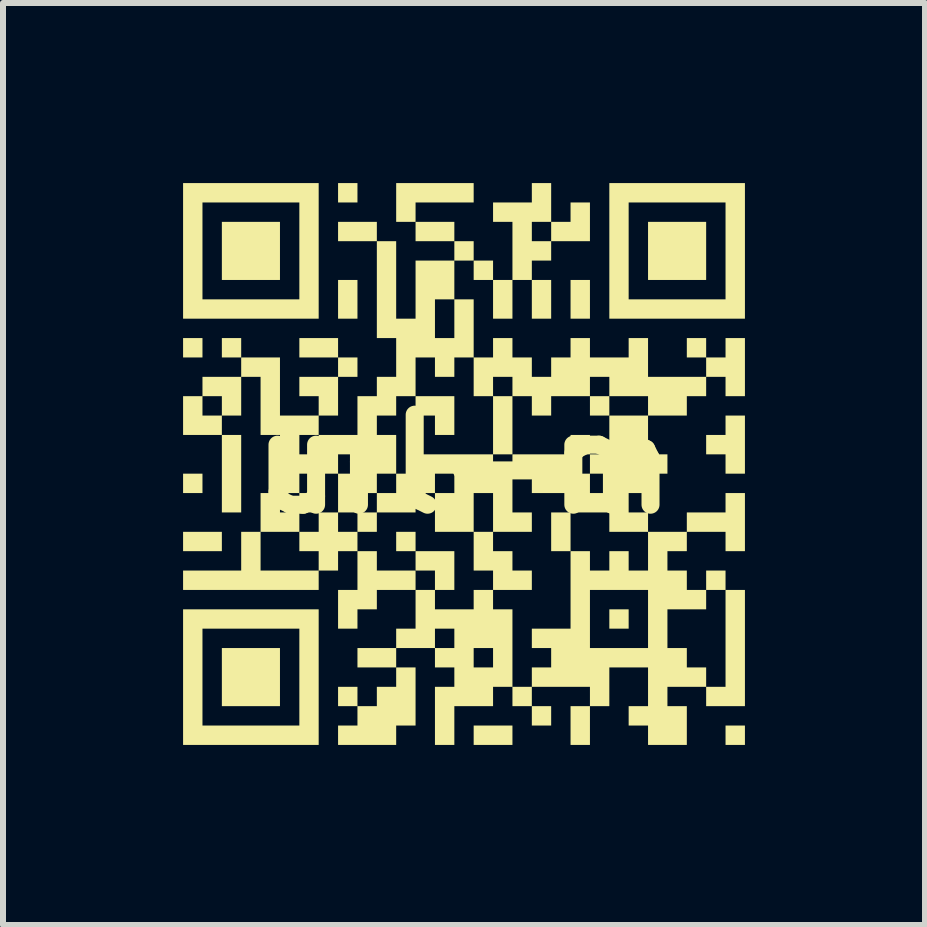
<source format=kicad_pcb>
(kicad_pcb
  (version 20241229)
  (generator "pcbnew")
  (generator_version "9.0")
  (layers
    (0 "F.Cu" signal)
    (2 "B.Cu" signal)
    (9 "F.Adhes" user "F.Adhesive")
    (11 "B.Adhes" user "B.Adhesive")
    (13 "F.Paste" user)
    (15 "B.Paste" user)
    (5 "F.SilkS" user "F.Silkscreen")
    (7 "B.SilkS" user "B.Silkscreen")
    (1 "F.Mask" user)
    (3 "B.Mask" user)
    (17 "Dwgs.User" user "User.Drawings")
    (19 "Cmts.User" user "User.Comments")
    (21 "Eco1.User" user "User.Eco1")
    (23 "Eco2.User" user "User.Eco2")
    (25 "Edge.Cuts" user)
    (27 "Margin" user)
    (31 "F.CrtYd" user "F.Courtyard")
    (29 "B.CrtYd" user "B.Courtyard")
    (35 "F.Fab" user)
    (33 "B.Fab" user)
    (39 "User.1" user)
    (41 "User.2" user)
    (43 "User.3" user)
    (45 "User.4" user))
  (footprint "url-m"
    (layer "F.Cu")
    (at 4.68 4.68)
    (property "Reference" "url-m" (at 0 0 0) (layer "F.SilkS") (effects (font (size 1.5 1.5) (thickness 0.3))))
    (attr board_only exclude_from_pos_files exclude_from_bom)
    (fp_poly (pts (xy -4.357 -1.936) (xy -4.357 -1.775) (xy -4.518 -1.775) (xy -4.68 -1.775) (xy -4.68 -1.936) (xy -4.68 -2.098) (xy -4.518 -2.098) (xy -4.357 -2.098)) (stroke (width 0) (type solid)) (fill yes) (layer "F.SilkS"))
    (fp_poly (pts (xy -4.357 0.323) (xy -4.357 0.484) (xy -4.518 0.484) (xy -4.68 0.484) (xy -4.68 0.323) (xy -4.68 0.161) (xy -4.518 0.161) (xy -4.357 0.161)) (stroke (width 0) (type solid)) (fill yes) (layer "F.SilkS"))
    (fp_poly (pts (xy -4.034 1.291) (xy -4.034 1.452) (xy -4.357 1.452) (xy -4.68 1.452) (xy -4.68 1.291) (xy -4.68 1.13) (xy -4.357 1.13) (xy -4.034 1.13)) (stroke (width 0) (type solid)) (fill yes) (layer "F.SilkS"))
    (fp_poly (pts (xy -3.712 -1.936) (xy -3.712 -1.775) (xy -3.873 -1.775) (xy -4.034 -1.775) (xy -4.034 -1.936) (xy -4.034 -2.098) (xy -3.873 -2.098) (xy -3.712 -2.098)) (stroke (width 0) (type solid)) (fill yes) (layer "F.SilkS"))
    (fp_poly (pts (xy -3.712 0.161) (xy -3.712 0.807) (xy -3.873 0.807) (xy -4.034 0.807) (xy -4.034 0.161) (xy -4.034 -0.484) (xy -3.873 -0.484) (xy -3.712 -0.484)) (stroke (width 0) (type solid)) (fill yes) (layer "F.SilkS"))
    (fp_poly (pts (xy -3.066 -3.55) (xy -3.066 -3.066) (xy -3.55 -3.066) (xy -4.034 -3.066) (xy -4.034 -3.55) (xy -4.034 -4.034) (xy -3.55 -4.034) (xy -3.066 -4.034)) (stroke (width 0) (type solid)) (fill yes) (layer "F.SilkS"))
    (fp_poly (pts (xy -3.066 3.55) (xy -3.066 4.034) (xy -3.55 4.034) (xy -4.034 4.034) (xy -4.034 3.55) (xy -4.034 3.066) (xy -3.55 3.066) (xy -3.066 3.066)) (stroke (width 0) (type solid)) (fill yes) (layer "F.SilkS"))
    (fp_poly (pts (xy -2.421 0.645) (xy -2.421 0.807) (xy -2.582 0.807) (xy -2.743 0.807) (xy -2.743 0.645) (xy -2.743 0.484) (xy -2.582 0.484) (xy -2.421 0.484)) (stroke (width 0) (type solid)) (fill yes) (layer "F.SilkS"))
    (fp_poly (pts (xy -2.098 -1.936) (xy -2.098 -1.775) (xy -2.421 -1.775) (xy -2.743 -1.775) (xy -2.743 -1.936) (xy -2.743 -2.098) (xy -2.421 -2.098) (xy -2.098 -2.098)) (stroke (width 0) (type solid)) (fill yes) (layer "F.SilkS"))
    (fp_poly (pts (xy -1.775 -4.518) (xy -1.775 -4.357) (xy -1.936 -4.357) (xy -2.098 -4.357) (xy -2.098 -4.518) (xy -2.098 -4.68) (xy -1.936 -4.68) (xy -1.775 -4.68)) (stroke (width 0) (type solid)) (fill yes) (layer "F.SilkS"))
    (fp_poly (pts (xy -1.775 -2.743) (xy -1.775 -2.421) (xy -1.936 -2.421) (xy -2.098 -2.421) (xy -2.098 -2.743) (xy -2.098 -3.066) (xy -1.936 -3.066) (xy -1.775 -3.066)) (stroke (width 0) (type solid)) (fill yes) (layer "F.SilkS"))
    (fp_poly (pts (xy -1.452 -3.873) (xy -1.452 -3.712) (xy -1.775 -3.712) (xy -2.098 -3.712) (xy -2.098 -3.873) (xy -2.098 -4.034) (xy -1.775 -4.034) (xy -1.452 -4.034)) (stroke (width 0) (type solid)) (fill yes) (layer "F.SilkS"))
    (fp_poly (pts (xy -0.807 1.291) (xy -0.807 1.452) (xy -0.968 1.452) (xy -1.13 1.452) (xy -1.13 1.291) (xy -1.13 1.13) (xy -0.968 1.13) (xy -0.807 1.13)) (stroke (width 0) (type solid)) (fill yes) (layer "F.SilkS"))
    (fp_poly (pts (xy -0.161 -3.873) (xy -0.161 -3.712) (xy -0.484 -3.712) (xy -0.807 -3.712) (xy -0.807 -3.873) (xy -0.807 -4.034) (xy -0.484 -4.034) (xy -0.161 -4.034)) (stroke (width 0) (type solid)) (fill yes) (layer "F.SilkS"))
    (fp_poly (pts (xy 0.807 4.518) (xy 0.807 4.68) (xy 0.484 4.68) (xy 0.161 4.68) (xy 0.161 4.518) (xy 0.161 4.357) (xy 0.484 4.357) (xy 0.807 4.357)) (stroke (width 0) (type solid)) (fill yes) (layer "F.SilkS"))
    (fp_poly (pts (xy 1.452 -2.743) (xy 1.452 -2.421) (xy 1.291 -2.421) (xy 1.13 -2.421) (xy 1.13 -2.743) (xy 1.13 -3.066) (xy 1.291 -3.066) (xy 1.452 -3.066)) (stroke (width 0) (type solid)) (fill yes) (layer "F.SilkS"))
    (fp_poly (pts (xy 1.452 4.196) (xy 1.452 4.357) (xy 1.291 4.357) (xy 1.13 4.357) (xy 1.13 4.196) (xy 1.13 4.034) (xy 1.291 4.034) (xy 1.452 4.034)) (stroke (width 0) (type solid)) (fill yes) (layer "F.SilkS"))
    (fp_poly (pts (xy 1.775 1.13) (xy 1.775 1.452) (xy 1.614 1.452) (xy 1.452 1.452) (xy 1.452 1.13) (xy 1.452 0.807) (xy 1.614 0.807) (xy 1.775 0.807)) (stroke (width 0) (type solid)) (fill yes) (layer "F.SilkS"))
    (fp_poly (pts (xy 2.098 -2.743) (xy 2.098 -2.421) (xy 1.936 -2.421) (xy 1.775 -2.421) (xy 1.775 -2.743) (xy 1.775 -3.066) (xy 1.936 -3.066) (xy 2.098 -3.066)) (stroke (width 0) (type solid)) (fill yes) (layer "F.SilkS"))
    (fp_poly (pts (xy 2.098 -0.323) (xy 2.098 -0.161) (xy 1.936 -0.161) (xy 1.775 -0.161) (xy 1.775 -0.323) (xy 1.775 -0.484) (xy 1.936 -0.484) (xy 2.098 -0.484)) (stroke (width 0) (type solid)) (fill yes) (layer "F.SilkS"))
    (fp_poly (pts (xy 2.421 -0.968) (xy 2.421 -0.807) (xy 2.259 -0.807) (xy 2.098 -0.807) (xy 2.098 -0.968) (xy 2.098 -1.13) (xy 2.259 -1.13) (xy 2.421 -1.13)) (stroke (width 0) (type solid)) (fill yes) (layer "F.SilkS"))
    (fp_poly (pts (xy 2.743 2.582) (xy 2.743 2.743) (xy 2.582 2.743) (xy 2.421 2.743) (xy 2.421 2.582) (xy 2.421 2.421) (xy 2.582 2.421) (xy 2.743 2.421)) (stroke (width 0) (type solid)) (fill yes) (layer "F.SilkS"))
    (fp_poly (pts (xy 4.034 -3.55) (xy 4.034 -3.066) (xy 3.55 -3.066) (xy 3.066 -3.066) (xy 3.066 -3.55) (xy 3.066 -4.034) (xy 3.55 -4.034) (xy 4.034 -4.034)) (stroke (width 0) (type solid)) (fill yes) (layer "F.SilkS"))
    (fp_poly (pts (xy 4.68 4.518) (xy 4.68 4.68) (xy 4.518 4.68) (xy 4.357 4.68) (xy 4.357 4.518) (xy 4.357 4.357) (xy 4.518 4.357) (xy 4.68 4.357)) (stroke (width 0) (type solid)) (fill yes) (layer "F.SilkS"))
    (fp_poly (pts (xy -0.161 -0.807) (xy -0.161 -0.484) (xy -0.323 -0.484) (xy -0.484 -0.484) (xy -0.484 -0.645) (xy -0.484 -0.807) (xy -0.645 -0.807) (xy -0.807 -0.807) (xy -0.807 -0.968) (xy -0.807 -1.13) (xy -0.484 -1.13) (xy -0.161 -1.13)) (stroke (width 0) (type solid)) (fill yes) (layer "F.SilkS"))
    (fp_poly (pts (xy -0.161 1.775) (xy -0.161 2.098) (xy -0.323 2.098) (xy -0.484 2.098) (xy -0.484 1.936) (xy -0.484 1.775) (xy -0.645 1.775) (xy -0.807 1.775) (xy -0.807 1.614) (xy -0.807 1.452) (xy -0.484 1.452) (xy -0.161 1.452)) (stroke (width 0) (type solid)) (fill yes) (layer "F.SilkS"))
    (fp_poly (pts (xy 0.161 -4.518) (xy 0.161 -4.357) (xy -0.323 -4.357) (xy -0.807 -4.357) (xy -0.807 -4.196) (xy -0.807 -4.034) (xy -0.968 -4.034) (xy -1.13 -4.034) (xy -1.13 -4.357) (xy -1.13 -4.68) (xy -0.484 -4.68) (xy 0.161 -4.68)) (stroke (width 0) (type solid)) (fill yes) (layer "F.SilkS"))
    (fp_poly (pts (xy 4.68 -0.323) (xy 4.68 0.161) (xy 4.518 0.161) (xy 4.357 0.161) (xy 4.357 0) (xy 4.357 -0.161) (xy 4.196 -0.161) (xy 4.034 -0.161) (xy 4.034 -0.323) (xy 4.034 -0.484) (xy 4.196 -0.484) (xy 4.357 -0.484) (xy 4.357 -0.645) (xy 4.357 -0.807) (xy 4.518 -0.807) (xy 4.68 -0.807)) (stroke (width 0) (type solid)) (fill yes) (layer "F.SilkS"))
    (fp_poly (pts (xy -2.421 -3.55) (xy -2.421 -2.421) (xy -3.55 -2.421) (xy -4.68 -2.421) (xy -4.68 -3.55) (xy -4.68 -4.357) (xy -4.357 -4.357) (xy -4.357 -3.55) (xy -4.357 -2.743) (xy -3.55 -2.743) (xy -2.743 -2.743) (xy -2.743 -3.55) (xy -2.743 -4.357) (xy -3.55 -4.357) (xy -4.357 -4.357) (xy -4.68 -4.357) (xy -4.68 -4.68) (xy -3.55 -4.68) (xy -2.421 -4.68)) (stroke (width 0) (type solid)) (fill yes) (layer "F.SilkS"))
    (fp_poly (pts (xy -2.421 3.55) (xy -2.421 4.68) (xy -3.55 4.68) (xy -4.68 4.68) (xy -4.68 3.55) (xy -4.68 2.743) (xy -4.357 2.743) (xy -4.357 3.55) (xy -4.357 4.357) (xy -3.55 4.357) (xy -2.743 4.357) (xy -2.743 3.55) (xy -2.743 2.743) (xy -3.55 2.743) (xy -4.357 2.743) (xy -4.68 2.743) (xy -4.68 2.421) (xy -3.55 2.421) (xy -2.421 2.421)) (stroke (width 0) (type solid)) (fill yes) (layer "F.SilkS"))
    (fp_poly (pts (xy 4.68 -3.55) (xy 4.68 -2.421) (xy 3.55 -2.421) (xy 2.421 -2.421) (xy 2.421 -3.55) (xy 2.421 -4.357) (xy 2.743 -4.357) (xy 2.743 -3.55) (xy 2.743 -2.743) (xy 3.55 -2.743) (xy 4.357 -2.743) (xy 4.357 -3.55) (xy 4.357 -4.357) (xy 3.55 -4.357) (xy 2.743 -4.357) (xy 2.421 -4.357) (xy 2.421 -4.68) (xy 3.55 -4.68) (xy 4.68 -4.68)) (stroke (width 0) (type solid)) (fill yes) (layer "F.SilkS"))
    (fp_poly (pts (xy -1.452 1.614) (xy -1.452 1.775) (xy -1.13 1.775) (xy -0.807 1.775) (xy -0.807 1.936) (xy -0.807 2.098) (xy -1.13 2.098) (xy -1.452 2.098) (xy -1.452 2.259) (xy -1.452 2.421) (xy -1.614 2.421) (xy -1.775 2.421) (xy -1.775 2.582) (xy -1.775 2.743) (xy -1.936 2.743) (xy -2.098 2.743) (xy -2.098 2.421) (xy -2.098 2.098) (xy -1.936 2.098) (xy -1.775 2.098) (xy -1.775 1.775) (xy -1.775 1.452) (xy -1.614 1.452) (xy -1.452 1.452)) (stroke (width 0) (type solid)) (fill yes) (layer "F.SilkS"))
    (fp_poly (pts (xy -0.807 3.873) (xy -0.807 4.357) (xy -0.968 4.357) (xy -1.13 4.357) (xy -1.13 4.518) (xy -1.13 4.68) (xy -1.614 4.68) (xy -2.098 4.68) (xy -2.098 4.518) (xy -2.098 4.357) (xy -1.936 4.357) (xy -1.775 4.357) (xy -1.775 4.196) (xy -1.775 4.034) (xy -1.936 4.034) (xy -2.098 4.034) (xy -2.098 3.873) (xy -2.098 3.712) (xy -1.936 3.712) (xy -1.775 3.712) (xy -1.775 3.873) (xy -1.775 4.034) (xy -1.614 4.034) (xy -1.452 4.034) (xy -1.452 3.873) (xy -1.452 3.712) (xy -1.291 3.712) (xy -1.13 3.712) (xy -1.13 3.55) (xy -1.13 3.389) (xy -0.968 3.389) (xy -0.807 3.389)) (stroke (width 0) (type solid)) (fill yes) (layer "F.SilkS"))
    (fp_poly (pts (xy 1.452 -4.357) (xy 1.452 -4.034) (xy 1.614 -4.034) (xy 1.775 -4.034) (xy 1.775 -4.196) (xy 1.775 -4.357) (xy 1.936 -4.357) (xy 2.098 -4.357) (xy 2.098 -4.034) (xy 2.098 -3.712) (xy 1.775 -3.712) (xy 1.452 -3.712) (xy 1.452 -3.55) (xy 1.452 -3.389) (xy 1.291 -3.389) (xy 1.13 -3.389) (xy 1.13 -3.227) (xy 1.13 -3.066) (xy 0.968 -3.066) (xy 0.807 -3.066) (xy 0.807 -2.743) (xy 0.807 -2.421) (xy 0.645 -2.421) (xy 0.484 -2.421) (xy 0.484 -2.743) (xy 0.484 -3.066) (xy 0.323 -3.066) (xy 0.161 -3.066) (xy 0.161 -3.227) (xy 0.161 -3.389) (xy 0.323 -3.389) (xy 0.484 -3.389) (xy 0.484 -3.227) (xy 0.484 -3.066) (xy 0.645 -3.066) (xy 0.807 -3.066) (xy 0.807 -3.55) (xy 0.807 -4.034) (xy 1.13 -4.034) (xy 1.13 -3.873) (xy 1.13 -3.712) (xy 1.291 -3.712) (xy 1.452 -3.712) (xy 1.452 -3.873) (xy 1.452 -4.034) (xy 1.291 -4.034) (xy 1.13 -4.034) (xy 0.807 -4.034) (xy 0.645 -4.034) (xy 0.484 -4.034) (xy 0.484 -4.196) (xy 0.484 -4.357) (xy 0.807 -4.357) (xy 1.13 -4.357) (xy 1.13 -4.518) (xy 1.13 -4.68) (xy 1.291 -4.68) (xy 1.452 -4.68)) (stroke (width 0) (type solid)) (fill yes) (layer "F.SilkS"))
    (fp_poly (pts (xy 0.807 -0.645) (xy 0.807 -0.161) (xy 0.645 -0.161) (xy 0.484 -0.161) (xy 0.484 0) (xy 0.484 0.161) (xy 0.645 0.161) (xy 0.807 0.161) (xy 0.807 0.484) (xy 0.807 0.807) (xy 0.968 0.807) (xy 1.13 0.807) (xy 1.13 0.968) (xy 1.13 1.13) (xy 0.807 1.13) (xy 0.484 1.13) (xy 0.484 1.291) (xy 0.484 1.452) (xy 0.645 1.452) (xy 0.807 1.452) (xy 0.807 1.614) (xy 0.807 1.775) (xy 0.968 1.775) (xy 1.13 1.775) (xy 1.13 1.936) (xy 1.13 2.098) (xy 0.807 2.098) (xy 0.484 2.098) (xy 0.484 1.936) (xy 0.484 1.775) (xy 0.323 1.775) (xy 0.161 1.775) (xy 0.161 1.452) (xy 0.161 1.13) (xy -0.161 1.13) (xy -0.484 1.13) (xy -0.484 0.807) (xy -0.484 0.484) (xy -0.645 0.484) (xy -0.807 0.484) (xy -0.807 0.645) (xy -0.807 0.807) (xy -1.13 0.807) (xy -1.452 0.807) (xy -1.452 0.968) (xy -1.452 1.13) (xy -1.614 1.13) (xy -1.775 1.13) (xy -1.775 0.968) (xy -1.775 0.807) (xy -1.614 0.807) (xy -1.452 0.807) (xy -1.452 0.645) (xy -1.452 0.484) (xy -1.291 0.484) (xy -1.13 0.484) (xy -1.13 0.323) (xy -1.13 0.161) (xy -0.968 0.161) (xy -0.807 0.161) (xy -0.484 0.161) (xy -0.484 0.323) (xy -0.484 0.484) (xy -0.323 0.484) (xy -0.161 0.484) (xy 0.161 0.484) (xy 0.161 0.807) (xy 0.161 1.13) (xy 0.323 1.13) (xy 0.484 1.13) (xy 0.484 0.807) (xy 0.484 0.484) (xy 0.323 0.484) (xy 0.161 0.484) (xy -0.161 0.484) (xy -0.161 0.323) (xy -0.161 0.161) (xy -0.323 0.161) (xy -0.484 0.161) (xy -0.807 0.161) (xy -0.807 0) (xy -0.807 -0.161) (xy -0.161 -0.161) (xy 0.484 -0.161) (xy 0.484 -0.645) (xy 0.484 -1.13) (xy 0.645 -1.13) (xy 0.807 -1.13)) (stroke (width 0) (type solid)) (fill yes) (layer "F.SilkS"))
    (fp_poly (pts (xy -1.13 -3.066) (xy -1.13 -2.421) (xy -0.968 -2.421) (xy -0.807 -2.421) (xy -0.807 -2.905) (xy -0.807 -3.389) (xy -0.484 -3.389) (xy -0.161 -3.389) (xy -0.161 -3.55) (xy -0.161 -3.712) (xy 0 -3.712) (xy 0.161 -3.712) (xy 0.161 -3.55) (xy 0.161 -3.389) (xy 0 -3.389) (xy -0.161 -3.389) (xy -0.161 -3.066) (xy -0.161 -2.743) (xy -0.323 -2.743) (xy -0.484 -2.743) (xy -0.484 -2.421) (xy -0.484 -2.098) (xy -0.323 -2.098) (xy -0.161 -2.098) (xy -0.161 -2.421) (xy -0.161 -2.743) (xy 0 -2.743) (xy 0.161 -2.743) (xy 0.161 -2.259) (xy 0.161 -1.775) (xy 0.323 -1.775) (xy 0.484 -1.775) (xy 0.484 -1.936) (xy 0.484 -2.098) (xy 0.645 -2.098) (xy 0.807 -2.098) (xy 0.807 -1.936) (xy 0.807 -1.775) (xy 0.968 -1.775) (xy 1.13 -1.775) (xy 1.13 -1.614) (xy 1.13 -1.452) (xy 1.291 -1.452) (xy 1.452 -1.452) (xy 1.452 -1.614) (xy 1.452 -1.775) (xy 1.614 -1.775) (xy 1.775 -1.775) (xy 1.775 -1.936) (xy 1.775 -2.098) (xy 1.936 -2.098) (xy 2.098 -2.098) (xy 2.098 -1.936) (xy 2.098 -1.775) (xy 2.421 -1.775) (xy 2.743 -1.775) (xy 2.743 -1.936) (xy 2.743 -2.098) (xy 2.905 -2.098) (xy 3.066 -2.098) (xy 3.066 -1.775) (xy 3.066 -1.452) (xy 3.55 -1.452) (xy 4.034 -1.452) (xy 4.034 -1.614) (xy 4.034 -1.775) (xy 3.873 -1.775) (xy 3.712 -1.775) (xy 3.712 -1.936) (xy 3.712 -2.098) (xy 3.873 -2.098) (xy 4.034 -2.098) (xy 4.034 -1.936) (xy 4.034 -1.775) (xy 4.196 -1.775) (xy 4.357 -1.775) (xy 4.357 -1.936) (xy 4.357 -2.098) (xy 4.518 -2.098) (xy 4.68 -2.098) (xy 4.68 -1.614) (xy 4.68 -1.13) (xy 4.518 -1.13) (xy 4.357 -1.13) (xy 4.357 -1.291) (xy 4.357 -1.452) (xy 4.196 -1.452) (xy 4.034 -1.452) (xy 4.034 -1.291) (xy 4.034 -1.13) (xy 3.873 -1.13) (xy 3.712 -1.13) (xy 3.712 -0.968) (xy 3.712 -0.807) (xy 3.389 -0.807) (xy 3.066 -0.807) (xy 3.066 -0.484) (xy 3.066 -0.161) (xy 3.227 -0.161) (xy 3.389 -0.161) (xy 3.389 0) (xy 3.389 0.161) (xy 3.227 0.161) (xy 3.066 0.161) (xy 3.066 0.323) (xy 3.066 0.484) (xy 2.905 0.484) (xy 2.743 0.484) (xy 2.743 0.645) (xy 2.743 0.807) (xy 2.905 0.807) (xy 3.066 0.807) (xy 3.066 0.968) (xy 3.066 1.13) (xy 3.389 1.13) (xy 3.712 1.13) (xy 3.712 0.968) (xy 3.712 0.807) (xy 4.034 0.807) (xy 4.357 0.807) (xy 4.357 0.645) (xy 4.357 0.484) (xy 4.518 0.484) (xy 4.68 0.484) (xy 4.68 0.968) (xy 4.68 1.452) (xy 4.518 1.452) (xy 4.357 1.452) (xy 4.357 1.291) (xy 4.357 1.13) (xy 4.034 1.13) (xy 3.712 1.13) (xy 3.712 1.291) (xy 3.712 1.452) (xy 3.55 1.452) (xy 3.389 1.452) (xy 3.389 1.614) (xy 3.389 1.775) (xy 3.55 1.775) (xy 3.712 1.775) (xy 3.712 1.936) (xy 3.712 2.098) (xy 3.873 2.098) (xy 4.034 2.098) (xy 4.034 1.936) (xy 4.034 1.775) (xy 4.196 1.775) (xy 4.357 1.775) (xy 4.357 1.936) (xy 4.357 2.098) (xy 4.196 2.098) (xy 4.034 2.098) (xy 4.034 2.259) (xy 4.034 2.421) (xy 3.712 2.421) (xy 3.389 2.421) (xy 3.389 2.743) (xy 3.389 3.066) (xy 3.55 3.066) (xy 3.712 3.066) (xy 3.712 3.227) (xy 3.712 3.389) (xy 3.873 3.389) (xy 4.034 3.389) (xy 4.034 3.55) (xy 4.034 3.712) (xy 4.196 3.712) (xy 4.357 3.712) (xy 4.357 2.905) (xy 4.357 2.098) (xy 4.518 2.098) (xy 4.68 2.098) (xy 4.68 3.066) (xy 4.68 4.034) (xy 4.357 4.034) (xy 4.034 4.034) (xy 4.034 3.873) (xy 4.034 3.712) (xy 3.712 3.712) (xy 3.389 3.712) (xy 3.389 3.873) (xy 3.389 4.034) (xy 3.55 4.034) (xy 3.712 4.034) (xy 3.712 4.357) (xy 3.712 4.68) (xy 3.389 4.68) (xy 3.066 4.68) (xy 3.066 4.518) (xy 3.066 4.357) (xy 2.905 4.357) (xy 2.743 4.357) (xy 2.743 4.196) (xy 2.743 4.034) (xy 2.905 4.034) (xy 3.066 4.034) (xy 3.066 3.712) (xy 3.066 3.389) (xy 2.743 3.389) (xy 2.421 3.389) (xy 2.421 3.712) (xy 2.421 4.034) (xy 2.259 4.034) (xy 2.098 4.034) (xy 2.098 4.357) (xy 2.098 4.68) (xy 1.936 4.68) (xy 1.775 4.68) (xy 1.775 4.357) (xy 1.775 4.034) (xy 1.936 4.034) (xy 2.098 4.034) (xy 2.098 3.873) (xy 2.098 3.712) (xy 1.614 3.712) (xy 1.13 3.712) (xy 1.13 3.873) (xy 1.13 4.034) (xy 0.968 4.034) (xy 0.807 4.034) (xy 0.807 3.873) (xy 0.807 3.712) (xy 0.645 3.712) (xy 0.484 3.712) (xy 0.484 3.873) (xy 0.484 4.034) (xy 0.161 4.034) (xy -0.161 4.034) (xy -0.161 4.357) (xy -0.161 4.68) (xy -0.323 4.68) (xy -0.484 4.68) (xy -0.484 4.196) (xy -0.484 3.712) (xy -0.323 3.712) (xy -0.161 3.712) (xy -0.161 3.55) (xy -0.161 3.389) (xy -0.323 3.389) (xy -0.484 3.389) (xy -0.484 3.227) (xy -0.484 3.066) (xy -0.807 3.066) (xy -1.13 3.066) (xy -1.13 3.227) (xy -1.13 3.389) (xy -1.452 3.389) (xy -1.775 3.389) (xy -1.775 3.227) (xy -1.775 3.066) (xy -1.452 3.066) (xy -1.13 3.066) (xy -1.13 2.905) (xy -1.13 2.743) (xy -0.968 2.743) (xy -0.807 2.743) (xy -0.484 2.743) (xy -0.484 2.905) (xy -0.484 3.066) (xy -0.323 3.066) (xy -0.161 3.066) (xy 0.161 3.066) (xy 0.161 3.227) (xy 0.161 3.389) (xy 0.323 3.389) (xy 0.484 3.389) (xy 0.484 3.227) (xy 0.484 3.066) (xy 0.323 3.066) (xy 0.161 3.066) (xy -0.161 3.066) (xy -0.161 2.905) (xy -0.161 2.743) (xy -0.323 2.743) (xy -0.484 2.743) (xy -0.807 2.743) (xy -0.807 2.421) (xy -0.807 2.098) (xy -0.645 2.098) (xy -0.484 2.098) (xy -0.484 2.259) (xy -0.484 2.421) (xy -0.161 2.421) (xy 0.161 2.421) (xy 0.161 2.259) (xy 0.161 2.098) (xy 0.323 2.098) (xy 0.484 2.098) (xy 0.484 2.259) (xy 0.484 2.421) (xy 0.645 2.421) (xy 0.807 2.421) (xy 0.807 3.066) (xy 0.807 3.712) (xy 0.968 3.712) (xy 1.13 3.712) (xy 1.13 3.55) (xy 1.13 3.389) (xy 1.291 3.389) (xy 1.452 3.389) (xy 1.452 3.227) (xy 1.452 3.066) (xy 1.291 3.066) (xy 1.13 3.066) (xy 1.13 2.905) (xy 1.13 2.743) (xy 1.452 2.743) (xy 1.775 2.743) (xy 1.775 2.098) (xy 2.098 2.098) (xy 2.098 2.582) (xy 2.098 3.066) (xy 2.582 3.066) (xy 3.066 3.066) (xy 3.066 2.582) (xy 3.066 2.098) (xy 2.582 2.098) (xy 2.098 2.098) (xy 1.775 2.098) (xy 1.775 1.452) (xy 1.936 1.452) (xy 2.098 1.452) (xy 2.098 1.614) (xy 2.098 1.775) (xy 2.259 1.775) (xy 2.421 1.775) (xy 2.421 1.614) (xy 2.421 1.452) (xy 2.582 1.452) (xy 2.743 1.452) (xy 2.743 1.614) (xy 2.743 1.775) (xy 2.905 1.775) (xy 3.066 1.775) (xy 3.066 1.452) (xy 3.066 1.13) (xy 2.743 1.13) (xy 2.421 1.13) (xy 2.421 0.968) (xy 2.421 0.807) (xy 2.098 0.807) (xy 1.775 0.807) (xy 1.775 0.645) (xy 1.775 0.484) (xy 1.452 0.484) (xy 1.13 0.484) (xy 1.13 0.323) (xy 1.13 0.161) (xy 0.968 0.161) (xy 0.807 0.161) (xy 0.807 0) (xy 0.807 -0.161) (xy 1.291 -0.161) (xy 1.775 -0.161) (xy 1.775 0) (xy 1.775 0.161) (xy 1.936 0.161) (xy 2.098 0.161) (xy 2.098 0.323) (xy 2.098 0.484) (xy 2.259 0.484) (xy 2.421 0.484) (xy 2.421 0.323) (xy 2.421 0.161) (xy 2.259 0.161) (xy 2.098 0.161) (xy 2.098 0) (xy 2.098 -0.161) (xy 2.259 -0.161) (xy 2.421 -0.161) (xy 2.421 -0.484) (xy 2.421 -0.807) (xy 2.743 -0.807) (xy 3.066 -0.807) (xy 3.066 -0.968) (xy 3.066 -1.13) (xy 2.743 -1.13) (xy 2.421 -1.13) (xy 2.421 -1.291) (xy 2.421 -1.452) (xy 2.259 -1.452) (xy 2.098 -1.452) (xy 2.098 -1.291) (xy 2.098 -1.13) (xy 1.775 -1.13) (xy 1.452 -1.13) (xy 1.452 -0.968) (xy 1.452 -0.807) (xy 1.291 -0.807) (xy 1.13 -0.807) (xy 1.13 -0.968) (xy 1.13 -1.13) (xy 0.968 -1.13) (xy 0.807 -1.13) (xy 0.807 -1.291) (xy 0.807 -1.452) (xy 0.645 -1.452) (xy 0.484 -1.452) (xy 0.484 -1.291) (xy 0.484 -1.13) (xy 0.323 -1.13) (xy 0.161 -1.13) (xy 0.161 -1.452) (xy 0.161 -1.775) (xy 0 -1.775) (xy -0.161 -1.775) (xy -0.161 -1.614) (xy -0.161 -1.452) (xy -0.323 -1.452) (xy -0.484 -1.452) (xy -0.484 -1.614) (xy -0.484 -1.775) (xy -0.645 -1.775) (xy -0.807 -1.775) (xy -0.807 -1.452) (xy -0.807 -1.13) (xy -0.968 -1.13) (xy -1.13 -1.13) (xy -1.13 -0.968) (xy -1.13 -0.807) (xy -1.291 -0.807) (xy -1.452 -0.807) (xy -1.452 -0.645) (xy -1.452 -0.484) (xy -1.291 -0.484) (xy -1.13 -0.484) (xy -1.13 -0.161) (xy -1.13 0.161) (xy -1.291 0.161) (xy -1.452 0.161) (xy -1.452 0.323) (xy -1.452 0.484) (xy -1.614 0.484) (xy -1.775 0.484) (xy -1.775 0.645) (xy -1.775 0.807) (xy -1.936 0.807) (xy -2.098 0.807) (xy -2.098 0.484) (xy -2.098 0.161) (xy -1.936 0.161) (xy -1.775 0.161) (xy -1.775 0) (xy -1.775 -0.161) (xy -1.936 -0.161) (xy -2.098 -0.161) (xy -2.098 0) (xy -2.098 0.161) (xy -2.421 0.161) (xy -2.743 0.161) (xy -2.743 0.323) (xy -2.743 0.484) (xy -2.905 0.484) (xy -3.066 0.484) (xy -3.066 0.645) (xy -3.066 0.807) (xy -2.905 0.807) (xy -2.743 0.807) (xy -2.743 0.968) (xy -2.743 1.13) (xy -3.066 1.13) (xy -3.389 1.13) (xy -3.389 1.452) (xy -3.389 1.775) (xy -2.905 1.775) (xy -2.421 1.775) (xy -2.421 1.614) (xy -2.421 1.452) (xy -2.582 1.452) (xy -2.743 1.452) (xy -2.743 1.291) (xy -2.743 1.13) (xy -2.582 1.13) (xy -2.421 1.13) (xy -2.421 0.968) (xy -2.421 0.807) (xy -2.259 0.807) (xy -2.098 0.807) (xy -2.098 0.968) (xy -2.098 1.13) (xy -1.936 1.13) (xy -1.775 1.13) (xy -1.775 1.291) (xy -1.775 1.452) (xy -1.936 1.452) (xy -2.098 1.452) (xy -2.098 1.614) (xy -2.098 1.775) (xy -2.259 1.775) (xy -2.421 1.775) (xy -2.421 1.936) (xy -2.421 2.098) (xy -3.55 2.098) (xy -4.68 2.098) (xy -4.68 1.936) (xy -4.68 1.775) (xy -4.196 1.775) (xy -3.712 1.775) (xy -3.712 1.452) (xy -3.712 1.13) (xy -3.55 1.13) (xy -3.389 1.13) (xy -3.389 0.807) (xy -3.389 0.484) (xy -3.227 0.484) (xy -3.066 0.484) (xy -3.066 0) (xy -3.066 -0.484) (xy -2.743 -0.484) (xy -2.743 -0.323) (xy -2.743 -0.161) (xy -2.582 -0.161) (xy -2.421 -0.161) (xy -2.421 -0.323) (xy -2.421 -0.484) (xy -2.582 -0.484) (xy -2.743 -0.484) (xy -3.066 -0.484) (xy -3.227 -0.484) (xy -3.389 -0.484) (xy -3.389 -0.968) (xy -3.389 -1.452) (xy -3.55 -1.452) (xy -3.712 -1.452) (xy -3.712 -1.13) (xy -3.712 -0.807) (xy -3.873 -0.807) (xy -4.034 -0.807) (xy -4.034 -0.645) (xy -4.034 -0.484) (xy -4.357 -0.484) (xy -4.68 -0.484) (xy -4.68 -0.807) (xy -4.68 -1.13) (xy -4.518 -1.13) (xy -4.357 -1.13) (xy -4.357 -0.968) (xy -4.357 -0.807) (xy -4.196 -0.807) (xy -4.034 -0.807) (xy -4.034 -0.968) (xy -4.034 -1.13) (xy -4.196 -1.13) (xy -4.357 -1.13) (xy -4.357 -1.291) (xy -4.357 -1.452) (xy -4.034 -1.452) (xy -3.712 -1.452) (xy -3.712 -1.614) (xy -3.712 -1.775) (xy -3.389 -1.775) (xy -3.066 -1.775) (xy -3.066 -1.291) (xy -3.066 -0.807) (xy -2.743 -0.807) (xy -2.421 -0.807) (xy -2.421 -0.968) (xy -2.421 -1.13) (xy -2.582 -1.13) (xy -2.743 -1.13) (xy -2.743 -1.291) (xy -2.743 -1.452) (xy -2.421 -1.452) (xy -2.098 -1.452) (xy -2.098 -1.614) (xy -2.098 -1.775) (xy -1.936 -1.775) (xy -1.775 -1.775) (xy -1.775 -1.614) (xy -1.775 -1.452) (xy -1.936 -1.452) (xy -2.098 -1.452) (xy -2.098 -1.13) (xy -2.098 -0.807) (xy -2.259 -0.807) (xy -2.421 -0.807) (xy -2.421 -0.645) (xy -2.421 -0.484) (xy -2.098 -0.484) (xy -1.775 -0.484) (xy -1.775 -0.807) (xy -1.775 -1.13) (xy -1.614 -1.13) (xy -1.452 -1.13) (xy -1.452 -1.291) (xy -1.452 -1.452) (xy -1.291 -1.452) (xy -1.13 -1.452) (xy -1.13 -1.775) (xy -1.13 -2.098) (xy -1.291 -2.098) (xy -1.452 -2.098) (xy -1.452 -2.905) (xy -1.452 -3.712) (xy -1.291 -3.712) (xy -1.13 -3.712)) (stroke (width 0) (type solid)) (fill yes) (layer "F.SilkS")))
  (gr_rect
    (start -3 -3)
    (end 12.36 12.36)
    (stroke (width 0.1) (type default))
    (fill no)
    (layer "Edge.Cuts")))
</source>
